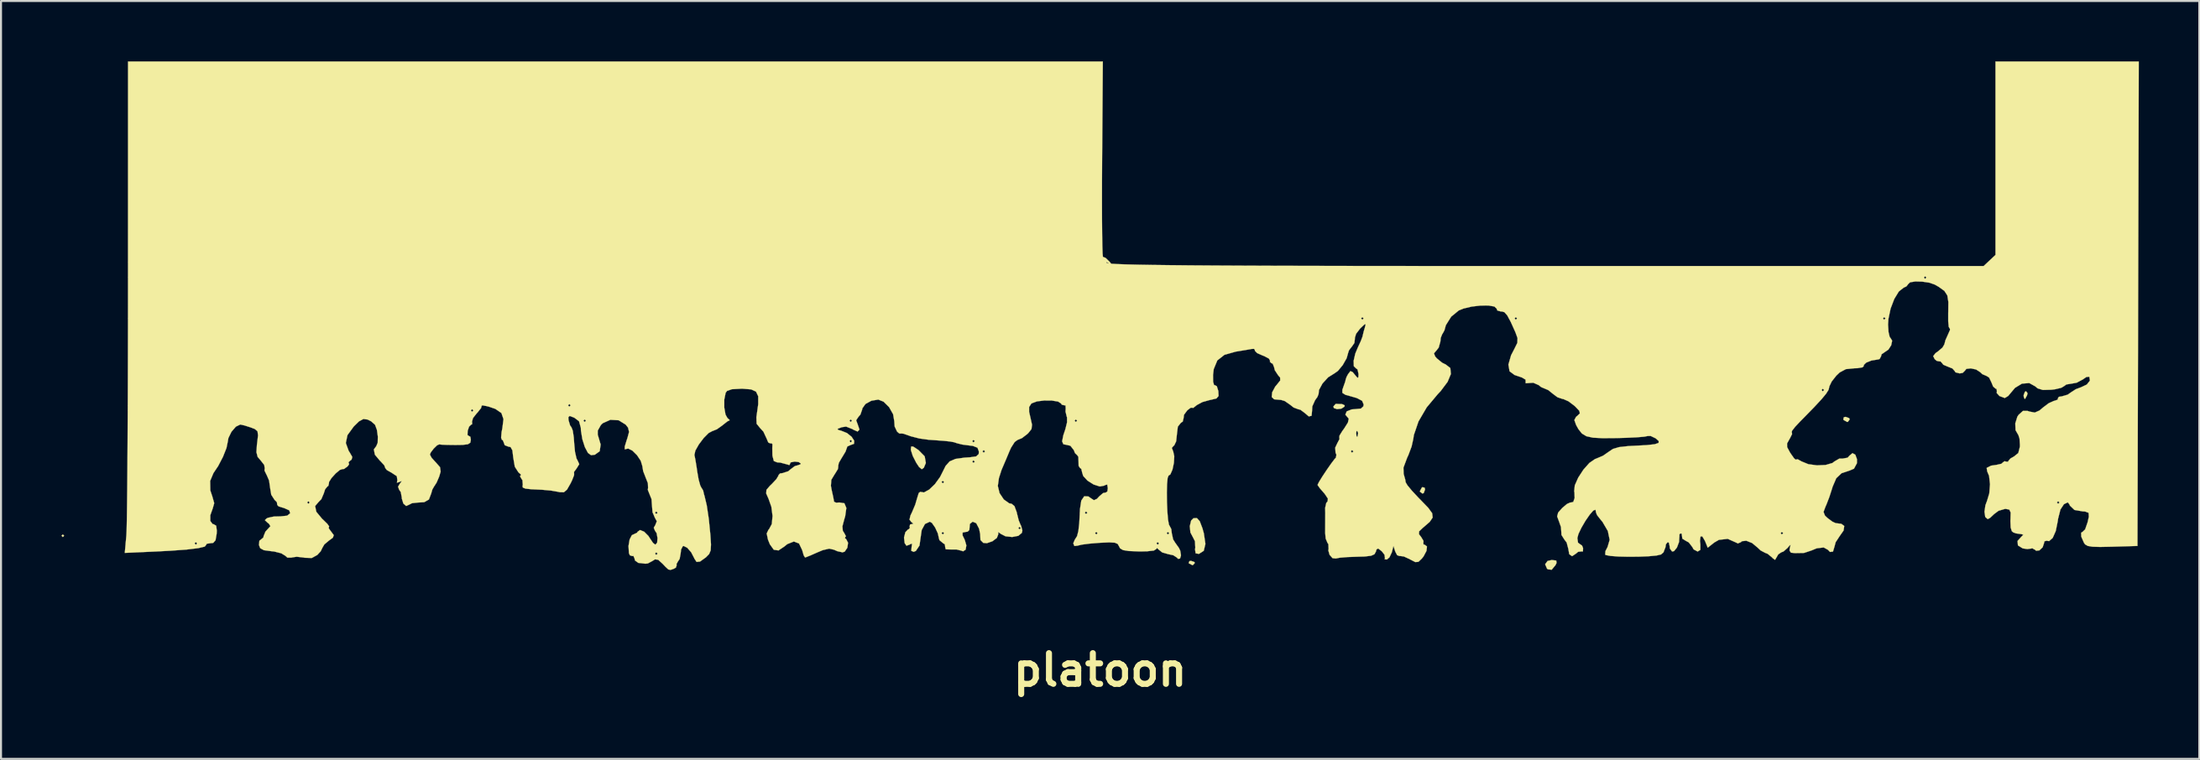
<source format=kicad_pcb>
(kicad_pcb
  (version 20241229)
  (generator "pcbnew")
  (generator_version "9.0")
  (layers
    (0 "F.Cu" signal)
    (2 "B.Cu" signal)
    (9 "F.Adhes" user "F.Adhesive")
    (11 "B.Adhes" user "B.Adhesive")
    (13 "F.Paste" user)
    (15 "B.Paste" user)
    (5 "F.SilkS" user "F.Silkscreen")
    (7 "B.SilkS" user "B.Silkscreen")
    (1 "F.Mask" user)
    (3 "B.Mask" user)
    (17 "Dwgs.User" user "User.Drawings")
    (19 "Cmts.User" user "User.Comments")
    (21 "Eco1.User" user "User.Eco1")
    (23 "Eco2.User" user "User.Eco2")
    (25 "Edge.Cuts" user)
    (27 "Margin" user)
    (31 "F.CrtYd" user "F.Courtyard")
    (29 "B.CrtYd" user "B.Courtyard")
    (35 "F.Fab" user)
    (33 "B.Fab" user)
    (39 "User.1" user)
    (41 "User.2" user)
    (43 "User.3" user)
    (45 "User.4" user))
  (footprint "platoon"
    (layer "F.Cu")
    (at 51.567 30.231)
    (property "Reference" "platoon" (at 0 0 0) (layer "F.SilkS") (effects (font (size 1.524 1.524) (thickness 0.3))))
    (attr through_hole)
    (fp_poly (pts (xy -51.435 -6.668) (xy -51.498 -6.604) (xy -51.562 -6.668) (xy -51.498 -6.731) (xy -51.435 -6.668)) (stroke (width 0.01) (type solid)) (fill yes) (layer "F.SilkS"))
    (fp_poly (pts (xy 4.68 -5.36) (xy 4.699 -5.313) (xy 4.603 -5.209) (xy 4.579 -5.207) (xy 4.405 -5.298) (xy 4.395 -5.313) (xy 4.433 -5.406) (xy 4.514 -5.419) (xy 4.68 -5.36)) (stroke (width 0.01) (type solid)) (fill yes) (layer "F.SilkS"))
    (fp_poly (pts (xy 16.111 -9.052) (xy 16.129 -8.961) (xy 16.063 -8.787) (xy 16.002 -8.763) (xy 15.879 -8.854) (xy 15.875 -8.883) (xy 15.967 -9.055) (xy 16.002 -9.081) (xy 16.111 -9.052)) (stroke (width 0.01) (type solid)) (fill yes) (layer "F.SilkS"))
    (fp_poly (pts (xy 37.187 -12.507) (xy 37.211 -12.446) (xy 37.12 -12.323) (xy 37.091 -12.319) (xy 36.919 -12.411) (xy 36.894 -12.446) (xy 36.922 -12.555) (xy 37.013 -12.573) (xy 37.187 -12.507)) (stroke (width 0.01) (type solid)) (fill yes) (layer "F.SilkS"))
    (fp_poly (pts (xy 46.04 -13.75) (xy 46.02 -13.652) (xy 45.93 -13.485) (xy 45.897 -13.462) (xy 45.853 -13.566) (xy 45.847 -13.652) (xy 45.913 -13.822) (xy 45.97 -13.843) (xy 46.04 -13.75)) (stroke (width 0.01) (type solid)) (fill yes) (layer "F.SilkS"))
    (fp_poly (pts (xy 22.643 -5.435) (xy 22.659 -5.317) (xy 22.606 -5.207) (xy 22.417 -4.978) (xy 22.225 -5) (xy 22.183 -5.038) (xy 22.092 -5.249) (xy 22.211 -5.414) (xy 22.42 -5.461) (xy 22.643 -5.435)) (stroke (width 0.01) (type solid)) (fill yes) (layer "F.SilkS"))
    (fp_poly (pts (xy 11.917 -13.209) (xy 12.009 -13.208) (xy 12.14 -13.146) (xy 12.129 -13.081) (xy 11.975 -12.981) (xy 11.762 -12.958) (xy 11.602 -13.01) (xy 11.581 -13.091) (xy 11.69 -13.214) (xy 11.719 -13.218) (xy 11.917 -13.209)) (stroke (width 0.01) (type solid)) (fill yes) (layer "F.SilkS"))
    (fp_poly (pts (xy -9.285 -11.098) (xy -9.054 -10.948) (xy -9.017 -10.922) (xy -8.71 -10.61) (xy -8.653 -10.282) (xy -8.754 -10.043) (xy -8.857 -9.972) (xy -8.994 -10.088) (xy -9.132 -10.297) (xy -9.304 -10.635) (xy -9.394 -10.919) (xy -9.398 -10.962) (xy -9.379 -11.101) (xy -9.285 -11.098)) (stroke (width 0.01) (type solid)) (fill yes) (layer "F.SilkS"))
    (fp_poly (pts (xy 4.945 -7.388) (xy 5.08 -7.034) (xy 5.15 -6.78) (xy 5.226 -6.262) (xy 5.144 -5.92) (xy 4.908 -5.768) (xy 4.899 -5.767) (xy 4.741 -5.793) (xy 4.712 -5.981) (xy 4.724 -6.083) (xy 4.707 -6.395) (xy 4.61 -6.587) (xy 4.482 -6.828) (xy 4.451 -7.143) (xy 4.517 -7.42) (xy 4.631 -7.537) (xy 4.804 -7.544) (xy 4.945 -7.388)) (stroke (width 0.01) (type solid)) (fill yes) (layer "F.SilkS"))
    (fp_poly (pts (xy 0.098 -25.349) (xy 0.092 -24.266) (xy 0.091 -23.27) (xy 0.093 -22.386) (xy 0.1 -21.642) (xy 0.109 -21.066) (xy 0.122 -20.684) (xy 0.138 -20.523) (xy 0.142 -20.52) (xy 0.27 -20.47) (xy 0.459 -20.287) (xy 0.548 -20.181) (xy 0.577 -20.178) (xy 0.878 -20.161) (xy 1.307 -20.146) (xy 1.874 -20.132) (xy 2.587 -20.12) (xy 3.456 -20.109) (xy 4.49 -20.099) (xy 5.698 -20.091) (xy 7.089 -20.084) (xy 8.672 -20.078) (xy 10.456 -20.074) (xy 12.45 -20.07) (xy 14.663 -20.068) (xy 17.105 -20.066) (xy 19.785 -20.065) (xy 22.162 -20.065) (xy 43.864 -20.067) (xy 44.157 -20.343) (xy 44.45 -20.618) (xy 44.45 -30.226) (xy 51.563 -30.226) (xy 51.531 -18.193) (xy 51.498 -6.16) (xy 50.236 -6.123) (xy 49.648 -6.111) (xy 49.263 -6.122) (xy 49.031 -6.161) (xy 48.901 -6.237) (xy 48.844 -6.313) (xy 48.709 -6.622) (xy 48.704 -6.819) (xy 48.771 -6.858) (xy 48.9 -6.982) (xy 49.024 -7.34) (xy 49.084 -7.61) (xy 49.073 -7.805) (xy 48.895 -7.872) (xy 48.792 -7.876) (xy 48.371 -7.948) (xy 48.144 -8.165) (xy 48.119 -8.228) (xy 48.039 -8.327) (xy 47.868 -8.245) (xy 47.844 -8.228) (xy 47.674 -7.971) (xy 47.557 -7.511) (xy 47.54 -7.388) (xy 47.442 -6.903) (xy 47.291 -6.56) (xy 47.111 -6.4) (xy 46.98 -6.42) (xy 46.877 -6.388) (xy 46.863 -6.31) (xy 46.791 -6.093) (xy 46.63 -5.941) (xy 46.468 -5.921) (xy 46.421 -5.965) (xy 46.273 -6.047) (xy 46.225 -6.031) (xy 46.027 -6.006) (xy 45.802 -6.039) (xy 45.565 -6.187) (xy 45.544 -6.407) (xy 45.729 -6.612) (xy 45.832 -6.713) (xy 45.752 -6.745) (xy 45.469 -6.784) (xy 45.329 -6.836) (xy 45.26 -6.895) (xy 45.204 -7.076) (xy 45.19 -7.401) (xy 45.195 -7.498) (xy 45.203 -7.822) (xy 45.137 -7.966) (xy 44.958 -8.001) (xy 44.924 -8.001) (xy 44.605 -7.909) (xy 44.386 -7.747) (xy 44.185 -7.558) (xy 44.064 -7.493) (xy 43.942 -7.599) (xy 43.903 -7.859) (xy 43.95 -8.185) (xy 44.001 -8.319) (xy 47.498 -8.319) (xy 47.562 -8.255) (xy 47.625 -8.319) (xy 47.562 -8.382) (xy 47.498 -8.319) (xy 44.001 -8.319) (xy 44.026 -8.386) (xy 44.142 -8.771) (xy 44.178 -9.226) (xy 44.132 -9.641) (xy 44.039 -9.863) (xy 44.011 -10.036) (xy 44.229 -10.148) (xy 44.502 -10.188) (xy 44.747 -10.244) (xy 44.831 -10.322) (xy 44.91 -10.372) (xy 44.958 -10.351) (xy 45.076 -10.343) (xy 45.085 -10.376) (xy 45.187 -10.501) (xy 45.371 -10.606) (xy 45.582 -10.776) (xy 45.66 -11.085) (xy 45.663 -11.176) (xy 45.643 -11.491) (xy 45.585 -11.677) (xy 45.575 -11.687) (xy 45.445 -11.914) (xy 45.433 -12.25) (xy 45.536 -12.582) (xy 45.596 -12.672) (xy 45.811 -12.867) (xy 46.048 -12.867) (xy 46.143 -12.835) (xy 46.4 -12.786) (xy 46.635 -12.889) (xy 46.805 -13.034) (xy 47.095 -13.252) (xy 47.352 -13.367) (xy 47.379 -13.37) (xy 47.54 -13.429) (xy 47.545 -13.488) (xy 47.597 -13.569) (xy 47.735 -13.589) (xy 48.036 -13.676) (xy 48.172 -13.773) (xy 48.435 -13.945) (xy 48.699 -14.044) (xy 48.984 -14.179) (xy 49.138 -14.374) (xy 49.11 -14.559) (xy 49.102 -14.567) (xy 48.962 -14.553) (xy 48.791 -14.435) (xy 48.481 -14.269) (xy 48.229 -14.224) (xy 47.968 -14.182) (xy 47.858 -14.101) (xy 47.717 -14.017) (xy 47.409 -13.944) (xy 47.223 -13.92) (xy 46.802 -13.909) (xy 46.541 -13.989) (xy 46.429 -14.085) (xy 46.127 -14.253) (xy 45.764 -14.224) (xy 45.42 -14.015) (xy 45.278 -13.847) (xy 45.08 -13.611) (xy 44.915 -13.511) (xy 44.903 -13.512) (xy 44.647 -13.608) (xy 44.51 -13.761) (xy 44.519 -13.852) (xy 44.502 -13.962) (xy 44.46 -13.97) (xy 44.334 -14.078) (xy 44.248 -14.288) (xy 44.133 -14.526) (xy 44.007 -14.605) (xy 43.797 -14.694) (xy 43.688 -14.796) (xy 43.487 -14.926) (xy 43.224 -14.982) (xy 43.004 -14.956) (xy 42.926 -14.859) (xy 42.82 -14.756) (xy 42.672 -14.732) (xy 42.466 -14.784) (xy 42.418 -14.857) (xy 42.31 -14.977) (xy 42.1 -15.061) (xy 41.863 -15.161) (xy 41.783 -15.261) (xy 41.713 -15.335) (xy 41.688 -15.324) (xy 41.535 -15.355) (xy 41.432 -15.44) (xy 41.357 -15.59) (xy 41.472 -15.738) (xy 41.591 -15.822) (xy 41.819 -16.015) (xy 41.911 -16.175) (xy 41.966 -16.383) (xy 42.096 -16.673) (xy 42.193 -16.895) (xy 42.185 -16.966) (xy 42.176 -16.962) (xy 42.129 -17.044) (xy 42.103 -17.322) (xy 42.103 -17.737) (xy 42.105 -17.775) (xy 42.111 -18.279) (xy 42.059 -18.605) (xy 41.912 -18.831) (xy 41.631 -19.033) (xy 41.435 -19.145) (xy 41.163 -19.239) (xy 40.812 -19.291) (xy 40.467 -19.299) (xy 40.213 -19.258) (xy 40.132 -19.186) (xy 40.028 -19.055) (xy 39.89 -18.99) (xy 39.651 -18.801) (xy 39.425 -18.43) (xy 39.242 -17.95) (xy 39.133 -17.432) (xy 39.116 -17.157) (xy 39.139 -16.788) (xy 39.197 -16.542) (xy 39.24 -16.489) (xy 39.32 -16.356) (xy 39.272 -16.13) (xy 39.132 -15.912) (xy 38.978 -15.808) (xy 38.795 -15.681) (xy 38.769 -15.582) (xy 38.695 -15.445) (xy 38.608 -15.423) (xy 38.29 -15.371) (xy 38.03 -15.266) (xy 37.908 -15.146) (xy 37.915 -15.104) (xy 37.849 -15.033) (xy 37.595 -14.991) (xy 37.44 -14.986) (xy 37.021 -14.943) (xy 36.713 -14.778) (xy 36.544 -14.616) (xy 36.319 -14.33) (xy 36.201 -14.085) (xy 36.195 -14.043) (xy 36.16 -13.911) (xy 36.04 -13.722) (xy 35.812 -13.447) (xy 35.453 -13.06) (xy 34.939 -12.533) (xy 34.761 -12.353) (xy 34.497 -12.071) (xy 34.347 -11.876) (xy 34.336 -11.813) (xy 34.353 -11.722) (xy 34.244 -11.503) (xy 34.233 -11.486) (xy 34.104 -11.255) (xy 34.106 -11.07) (xy 34.244 -10.812) (xy 34.28 -10.756) (xy 34.444 -10.523) (xy 34.535 -10.44) (xy 34.542 -10.453) (xy 34.63 -10.466) (xy 34.826 -10.358) (xy 35.158 -10.222) (xy 35.587 -10.164) (xy 36.019 -10.183) (xy 36.354 -10.281) (xy 36.456 -10.359) (xy 36.695 -10.498) (xy 36.853 -10.498) (xy 37.107 -10.544) (xy 37.203 -10.648) (xy 37.351 -10.77) (xy 37.491 -10.693) (xy 37.573 -10.471) (xy 37.571 -10.271) (xy 37.425 -9.999) (xy 37.211 -9.907) (xy 36.806 -9.772) (xy 36.545 -9.524) (xy 36.362 -9.097) (xy 36.339 -9.017) (xy 36.2 -8.587) (xy 36.052 -8.204) (xy 36.01 -8.112) (xy 35.913 -7.851) (xy 35.983 -7.669) (xy 36.115 -7.544) (xy 36.356 -7.366) (xy 36.513 -7.294) (xy 36.755 -7.264) (xy 36.798 -7.258) (xy 36.942 -7.152) (xy 36.908 -6.926) (xy 36.703 -6.634) (xy 36.703 -6.633) (xy 36.515 -6.346) (xy 36.449 -6.101) (xy 36.383 -5.882) (xy 36.236 -5.861) (xy 36.132 -5.969) (xy 35.922 -6.085) (xy 35.575 -6.043) (xy 35.306 -5.933) (xy 34.943 -5.813) (xy 34.49 -5.805) (xy 34.294 -5.826) (xy 34.223 -5.938) (xy 34.241 -6.064) (xy 34.28 -6.216) (xy 34.216 -6.169) (xy 34.128 -6.064) (xy 33.929 -5.887) (xy 33.813 -5.842) (xy 33.663 -5.739) (xy 33.596 -5.62) (xy 33.507 -5.47) (xy 33.389 -5.552) (xy 33.36 -5.588) (xy 33.136 -5.771) (xy 33.02 -5.816) (xy 32.79 -5.937) (xy 32.632 -6.085) (xy 32.366 -6.306) (xy 32.079 -6.419) (xy 31.858 -6.395) (xy 31.813 -6.349) (xy 31.658 -6.284) (xy 31.58 -6.325) (xy 31.157 -6.513) (xy 30.72 -6.464) (xy 30.492 -6.333) (xy 30.164 -6.074) (xy 30.029 -6.406) (xy 29.896 -6.634) (xy 29.804 -6.629) (xy 29.779 -6.409) (xy 29.798 -6.235) (xy 29.798 -5.967) (xy 29.667 -5.884) (xy 29.661 -5.884) (xy 29.465 -5.989) (xy 29.396 -6.111) (xy 29.223 -6.335) (xy 29.075 -6.416) (xy 28.903 -6.523) (xy 28.893 -6.604) (xy 28.874 -6.76) (xy 28.842 -6.786) (xy 28.76 -6.75) (xy 28.758 -6.636) (xy 28.739 -6.356) (xy 28.635 -6.081) (xy 28.491 -5.903) (xy 28.394 -5.884) (xy 28.284 -6.034) (xy 28.275 -6.141) (xy 28.235 -6.321) (xy 28.18 -6.35) (xy 28.088 -6.244) (xy 28.067 -6.1) (xy 27.965 -5.838) (xy 27.845 -5.737) (xy 27.623 -5.685) (xy 27.235 -5.648) (xy 26.747 -5.628) (xy 26.225 -5.624) (xy 25.733 -5.635) (xy 25.338 -5.664) (xy 25.105 -5.708) (xy 25.073 -5.73) (xy 25.086 -5.906) (xy 25.191 -6.108) (xy 25.295 -6.464) (xy 25.227 -6.795) (xy 33.782 -6.795) (xy 33.846 -6.731) (xy 33.909 -6.795) (xy 33.846 -6.858) (xy 33.782 -6.795) (xy 25.227 -6.795) (xy 25.206 -6.901) (xy 24.939 -7.357) (xy 24.843 -7.471) (xy 24.669 -7.694) (xy 24.615 -7.828) (xy 24.617 -7.831) (xy 24.592 -7.962) (xy 24.483 -7.919) (xy 24.303 -7.712) (xy 24.092 -7.406) (xy 23.893 -7.065) (xy 23.745 -6.754) (xy 23.692 -6.553) (xy 23.723 -6.327) (xy 23.801 -6.264) (xy 23.925 -6.179) (xy 23.976 -6.049) (xy 23.968 -5.889) (xy 23.903 -5.889) (xy 23.731 -5.87) (xy 23.622 -5.779) (xy 23.429 -5.651) (xy 23.289 -5.752) (xy 23.241 -6.024) (xy 23.161 -6.328) (xy 23.045 -6.482) (xy 22.903 -6.707) (xy 22.896 -6.846) (xy 22.877 -7.103) (xy 22.778 -7.384) (xy 22.688 -7.629) (xy 22.738 -7.818) (xy 22.943 -8.049) (xy 23.181 -8.249) (xy 23.351 -8.323) (xy 23.37 -8.317) (xy 23.488 -8.346) (xy 23.556 -8.541) (xy 23.548 -8.819) (xy 23.535 -8.876) (xy 23.564 -9.17) (xy 23.734 -9.553) (xy 23.993 -9.951) (xy 24.289 -10.285) (xy 24.573 -10.48) (xy 24.62 -10.495) (xy 24.968 -10.643) (xy 25.243 -10.835) (xy 25.459 -10.98) (xy 25.763 -11.07) (xy 26.22 -11.121) (xy 26.513 -11.136) (xy 27.137 -11.169) (xy 27.532 -11.213) (xy 27.722 -11.277) (xy 27.732 -11.37) (xy 27.588 -11.5) (xy 27.581 -11.505) (xy 27.333 -11.624) (xy 27.18 -11.621) (xy 27.009 -11.588) (xy 26.64 -11.557) (xy 26.132 -11.533) (xy 25.624 -11.519) (xy 24.943 -11.514) (xy 24.465 -11.539) (xy 24.14 -11.611) (xy 23.918 -11.745) (xy 23.747 -11.959) (xy 23.629 -12.171) (xy 23.542 -12.415) (xy 23.629 -12.576) (xy 23.693 -12.626) (xy 23.815 -12.745) (xy 23.789 -12.872) (xy 23.593 -13.079) (xy 23.545 -13.124) (xy 23.253 -13.344) (xy 22.997 -13.458) (xy 22.957 -13.462) (xy 22.705 -13.547) (xy 22.479 -13.716) (xy 22.248 -13.903) (xy 22.239 -13.906) (xy 35.814 -13.906) (xy 35.877 -13.843) (xy 35.941 -13.906) (xy 35.877 -13.97) (xy 35.814 -13.906) (xy 22.239 -13.906) (xy 22.089 -13.97) (xy 21.893 -14.052) (xy 21.774 -14.149) (xy 21.506 -14.267) (xy 21.318 -14.256) (xy 21.127 -14.242) (xy 21.124 -14.317) (xy 21.12 -14.422) (xy 20.94 -14.529) (xy 20.574 -14.653) (xy 20.326 -14.837) (xy 20.268 -15.169) (xy 20.4 -15.63) (xy 20.567 -15.954) (xy 20.713 -16.249) (xy 20.721 -16.488) (xy 20.615 -16.779) (xy 20.383 -17.294) (xy 20.292 -17.462) (xy 20.574 -17.462) (xy 20.637 -17.399) (xy 20.701 -17.462) (xy 38.862 -17.462) (xy 38.925 -17.399) (xy 38.989 -17.462) (xy 38.925 -17.526) (xy 38.862 -17.462) (xy 20.701 -17.462) (xy 20.637 -17.526) (xy 20.574 -17.462) (xy 20.292 -17.462) (xy 20.212 -17.611) (xy 20.073 -17.77) (xy 19.94 -17.811) (xy 19.899 -17.806) (xy 19.718 -17.858) (xy 19.685 -17.948) (xy 19.573 -18.054) (xy 19.283 -18.104) (xy 18.885 -18.102) (xy 18.447 -18.051) (xy 18.039 -17.954) (xy 17.806 -17.86) (xy 17.429 -17.551) (xy 17.163 -17.127) (xy 17.092 -16.87) (xy 17.004 -16.709) (xy 16.986 -16.69) (xy 16.909 -16.497) (xy 16.891 -16.314) (xy 16.808 -16.015) (xy 16.697 -15.872) (xy 16.573 -15.728) (xy 16.632 -15.575) (xy 16.714 -15.479) (xy 16.978 -15.263) (xy 17.162 -15.171) (xy 17.385 -14.998) (xy 17.412 -14.701) (xy 17.249 -14.311) (xy 16.906 -13.854) (xy 16.762 -13.702) (xy 16.212 -13.044) (xy 15.804 -12.345) (xy 15.575 -11.672) (xy 15.545 -11.47) (xy 15.462 -11.099) (xy 15.3 -10.667) (xy 15.241 -10.542) (xy 15.058 -10.05) (xy 15.067 -9.74) (xy 15.146 -9.459) (xy 15.169 -9.321) (xy 15.257 -9.171) (xy 15.484 -8.897) (xy 15.807 -8.551) (xy 15.909 -8.448) (xy 16.286 -8.058) (xy 16.484 -7.785) (xy 16.508 -7.571) (xy 16.364 -7.358) (xy 16.055 -7.089) (xy 16.027 -7.067) (xy 15.834 -6.883) (xy 15.83 -6.742) (xy 15.932 -6.611) (xy 16.054 -6.411) (xy 16.045 -6.308) (xy 16.058 -6.23) (xy 16.113 -6.223) (xy 16.226 -6.134) (xy 16.201 -5.914) (xy 16.055 -5.638) (xy 15.968 -5.53) (xy 15.802 -5.372) (xy 15.649 -5.358) (xy 15.4 -5.485) (xy 15.365 -5.506) (xy 15.079 -5.637) (xy 14.882 -5.663) (xy 14.868 -5.657) (xy 14.745 -5.702) (xy 14.655 -5.872) (xy 14.56 -6.16) (xy 14.484 -5.851) (xy 14.362 -5.593) (xy 14.235 -5.486) (xy 14.124 -5.499) (xy 14.14 -5.555) (xy 14.117 -5.724) (xy 13.983 -5.894) (xy 13.805 -6.034) (xy 13.723 -5.989) (xy 13.687 -5.872) (xy 13.617 -5.747) (xy 13.45 -5.673) (xy 13.131 -5.636) (xy 12.724 -5.624) (xy 12.26 -5.607) (xy 11.896 -5.576) (xy 11.707 -5.539) (xy 11.703 -5.537) (xy 11.539 -5.553) (xy 11.39 -5.72) (xy 11.328 -5.939) (xy 11.342 -6.015) (xy 11.331 -6.249) (xy 11.285 -6.317) (xy 11.197 -6.527) (xy 11.172 -6.809) (xy 11.177 -7.804) (xy 11.171 -8.053) (xy 11.225 -8.295) (xy 11.293 -8.376) (xy 11.306 -8.513) (xy 11.145 -8.754) (xy 11.109 -8.794) (xy 10.903 -9.032) (xy 10.798 -9.183) (xy 10.795 -9.196) (xy 10.862 -9.334) (xy 11.028 -9.604) (xy 11.246 -9.933) (xy 11.466 -10.249) (xy 11.639 -10.477) (xy 11.702 -10.544) (xy 11.73 -10.692) (xy 11.688 -10.788) (xy 11.683 -10.858) (xy 12.446 -10.858) (xy 12.509 -10.795) (xy 12.573 -10.858) (xy 12.509 -10.922) (xy 12.446 -10.858) (xy 11.683 -10.858) (xy 11.67 -11.043) (xy 11.773 -11.261) (xy 11.884 -11.472) (xy 11.874 -11.557) (xy 11.885 -11.645) (xy 11.955 -11.758) (xy 12.71 -11.758) (xy 12.733 -11.593) (xy 12.777 -11.591) (xy 12.807 -11.761) (xy 12.787 -11.835) (xy 12.73 -11.883) (xy 12.71 -11.758) (xy 11.955 -11.758) (xy 12.022 -11.868) (xy 12.114 -11.994) (xy 12.301 -12.29) (xy 12.342 -12.48) (xy 12.32 -12.509) (xy 12.173 -12.684) (xy 12.242 -12.845) (xy 12.492 -12.944) (xy 12.636 -12.954) (xy 12.946 -12.984) (xy 13.069 -13.098) (xy 13.081 -13.193) (xy 13.005 -13.371) (xy 12.746 -13.507) (xy 12.513 -13.575) (xy 12.171 -13.671) (xy 12.025 -13.767) (xy 12.026 -13.919) (xy 12.077 -14.066) (xy 12.168 -14.325) (xy 12.196 -14.449) (xy 12.241 -14.571) (xy 12.314 -14.703) (xy 12.427 -14.847) (xy 12.539 -14.795) (xy 12.636 -14.676) (xy 12.778 -14.508) (xy 12.823 -14.553) (xy 12.827 -14.708) (xy 12.778 -14.927) (xy 12.7 -14.986) (xy 12.594 -15.09) (xy 12.585 -15.357) (xy 12.667 -15.716) (xy 12.791 -16.014) (xy 12.939 -16.333) (xy 13.026 -16.564) (xy 13.031 -16.59) (xy 13.086 -16.82) (xy 13.141 -17.006) (xy 13.183 -17.171) (xy 13.128 -17.169) (xy 12.939 -16.991) (xy 12.905 -16.957) (xy 12.707 -16.699) (xy 12.643 -16.486) (xy 12.648 -16.462) (xy 12.621 -16.243) (xy 12.517 -16.091) (xy 12.357 -15.884) (xy 12.319 -15.777) (xy 12.238 -15.487) (xy 12.043 -15.144) (xy 11.804 -14.855) (xy 11.639 -14.738) (xy 11.319 -14.537) (xy 11.04 -14.233) (xy 10.865 -13.91) (xy 10.843 -13.704) (xy 10.784 -13.558) (xy 10.67 -13.4) (xy 10.533 -13.094) (xy 10.52 -12.873) (xy 10.496 -12.626) (xy 10.357 -12.595) (xy 10.16 -12.764) (xy 9.944 -12.925) (xy 9.827 -12.954) (xy 9.607 -13.037) (xy 9.43 -13.176) (xy 9.168 -13.358) (xy 8.985 -13.414) (xy 8.721 -13.437) (xy 8.636 -13.446) (xy 8.518 -13.558) (xy 8.541 -13.793) (xy 8.691 -14.074) (xy 8.77 -14.168) (xy 8.94 -14.38) (xy 8.935 -14.525) (xy 8.834 -14.643) (xy 8.672 -14.89) (xy 8.636 -15.04) (xy 8.566 -15.215) (xy 8.502 -15.24) (xy 8.423 -15.316) (xy 8.439 -15.357) (xy 8.381 -15.466) (xy 8.145 -15.592) (xy 8.065 -15.621) (xy 7.793 -15.742) (xy 7.681 -15.856) (xy 7.686 -15.879) (xy 7.645 -15.951) (xy 7.528 -15.947) (xy 7.267 -15.901) (xy 6.88 -15.837) (xy 6.731 -15.813) (xy 6.171 -15.655) (xy 5.817 -15.376) (xy 5.639 -14.944) (xy 5.605 -14.657) (xy 5.609 -14.316) (xy 5.658 -14.15) (xy 5.694 -14.148) (xy 5.793 -14.094) (xy 5.866 -13.861) (xy 5.867 -13.854) (xy 5.879 -13.61) (xy 5.775 -13.487) (xy 5.489 -13.418) (xy 5.446 -13.411) (xy 5.077 -13.308) (xy 4.796 -13.157) (xy 4.772 -13.135) (xy 4.618 -13.015) (xy 4.572 -13.028) (xy 4.494 -13.025) (xy 4.327 -12.898) (xy 4.163 -12.676) (xy 4.143 -12.514) (xy 4.1 -12.338) (xy 4.008 -12.276) (xy 3.857 -12.087) (xy 3.81 -11.699) (xy 3.773 -11.355) (xy 3.678 -11.155) (xy 3.651 -11.139) (xy 3.558 -11.03) (xy 3.628 -10.852) (xy 3.68 -10.616) (xy 3.661 -10.285) (xy 3.591 -9.954) (xy 3.486 -9.715) (xy 3.396 -9.652) (xy 3.35 -9.536) (xy 3.322 -9.233) (xy 3.311 -8.809) (xy 3.317 -8.33) (xy 3.337 -7.861) (xy 3.37 -7.468) (xy 3.416 -7.218) (xy 3.445 -7.165) (xy 3.532 -6.999) (xy 3.556 -6.796) (xy 3.623 -6.487) (xy 3.722 -6.327) (xy 3.912 -6.06) (xy 3.976 -5.926) (xy 4.014 -5.693) (xy 3.966 -5.533) (xy 3.866 -5.52) (xy 3.815 -5.58) (xy 3.631 -5.699) (xy 3.381 -5.753) (xy 3.081 -5.839) (xy 2.918 -5.97) (xy 2.819 -6.064) (xy 2.796 -6.016) (xy 2.67 -5.932) (xy 2.301 -5.891) (xy 1.904 -5.889) (xy 1.422 -5.908) (xy 1.136 -5.955) (xy 0.99 -6.042) (xy 0.94 -6.139) (xy 0.872 -6.259) (xy 0.809 -6.287) (xy 2.794 -6.287) (xy 2.857 -6.223) (xy 2.921 -6.287) (xy 2.857 -6.35) (xy 2.794 -6.287) (xy 0.809 -6.287) (xy 0.728 -6.322) (xy 0.45 -6.338) (xy -0.018 -6.317) (xy -0.061 -6.314) (xy -0.533 -6.275) (xy -0.908 -6.226) (xy -1.112 -6.178) (xy -1.119 -6.174) (xy -1.279 -6.158) (xy -1.334 -6.292) (xy -1.253 -6.483) (xy -1.239 -6.499) (xy -1.146 -6.648) (xy -1.108 -6.795) (xy -0.254 -6.795) (xy -0.191 -6.731) (xy -0.127 -6.795) (xy 3.302 -6.795) (xy 3.365 -6.731) (xy 3.429 -6.795) (xy 3.365 -6.858) (xy 3.302 -6.795) (xy -0.127 -6.795) (xy -0.191 -6.858) (xy -0.254 -6.795) (xy -1.108 -6.795) (xy -1.081 -6.898) (xy -1.036 -7.297) (xy -1.009 -7.811) (xy -0.762 -7.811) (xy -0.699 -7.747) (xy -0.635 -7.811) (xy -0.699 -7.874) (xy -0.762 -7.811) (xy -1.009 -7.811) (xy -1.005 -7.894) (xy -1.001 -7.991) (xy -0.936 -8.413) (xy -0.79 -8.628) (xy -0.58 -8.618) (xy -0.485 -8.549) (xy -0.309 -8.433) (xy -0.158 -8.5) (xy -0.05 -8.618) (xy 0.147 -8.788) (xy 0.277 -8.812) (xy 0.358 -8.865) (xy 0.381 -9.025) (xy 0.352 -9.212) (xy 0.236 -9.181) (xy 0.204 -9.156) (xy -0.019 -9.115) (xy -0.325 -9.214) (xy -0.627 -9.405) (xy -0.84 -9.636) (xy -0.889 -9.792) (xy -0.937 -9.991) (xy -0.999 -10.033) (xy -1.069 -10.14) (xy -1.073 -10.351) (xy -1.081 -10.588) (xy -1.139 -10.668) (xy -1.249 -10.774) (xy -1.307 -10.922) (xy -1.477 -11.137) (xy -1.639 -11.176) (xy -1.825 -11.213) (xy -1.887 -11.356) (xy -1.83 -11.651) (xy -1.727 -11.96) (xy -1.643 -12.299) (xy -1.643 -12.383) (xy -1.27 -12.383) (xy -1.206 -12.319) (xy -1.143 -12.383) (xy -1.206 -12.446) (xy -1.27 -12.383) (xy -1.643 -12.383) (xy -1.644 -12.55) (xy -1.658 -12.584) (xy -1.719 -12.837) (xy -1.71 -12.978) (xy -1.718 -13.141) (xy -1.774 -13.147) (xy -1.905 -13.177) (xy -1.934 -13.232) (xy -2.085 -13.332) (xy -2.396 -13.383) (xy -2.777 -13.386) (xy -3.139 -13.341) (xy -3.392 -13.248) (xy -3.42 -13.226) (xy -3.526 -13.063) (xy -3.526 -12.819) (xy -3.459 -12.528) (xy -3.382 -12.181) (xy -3.409 -11.966) (xy -3.562 -11.773) (xy -3.621 -11.716) (xy -3.882 -11.517) (xy -4.092 -11.43) (xy -4.098 -11.43) (xy -4.244 -11.322) (xy -4.418 -11.051) (xy -4.492 -10.89) (xy -4.677 -10.448) (xy -4.859 -10.022) (xy -4.897 -9.933) (xy -5.026 -9.53) (xy -5.08 -9.143) (xy -5.08 -9.14) (xy -4.994 -8.785) (xy -4.782 -8.468) (xy -4.512 -8.277) (xy -4.396 -8.255) (xy -4.254 -8.14) (xy -4.143 -7.839) (xy -4.13 -7.779) (xy -4.042 -7.429) (xy -3.94 -7.184) (xy -3.923 -7.16) (xy -3.861 -6.93) (xy -3.885 -6.811) (xy -4.06 -6.664) (xy -4.366 -6.605) (xy -4.698 -6.64) (xy -4.937 -6.763) (xy -5.058 -6.854) (xy -5.057 -6.741) (xy -5.127 -6.559) (xy -5.348 -6.393) (xy -5.62 -6.299) (xy -5.799 -6.312) (xy -5.94 -6.453) (xy -5.945 -6.523) (xy -5.954 -6.745) (xy -6.009 -7.017) (xy -6.025 -7.048) (xy -4.064 -7.048) (xy -4 -6.985) (xy -3.937 -7.048) (xy -4 -7.112) (xy -4.064 -7.048) (xy -6.025 -7.048) (xy -6.151 -7.291) (xy -6.329 -7.366) (xy -6.468 -7.253) (xy -6.493 -6.962) (xy -6.492 -6.953) (xy -6.58 -6.869) (xy -6.668 -6.858) (xy -6.828 -6.825) (xy -6.83 -6.688) (xy -6.721 -6.459) (xy -6.642 -6.189) (xy -6.678 -5.975) (xy -6.805 -5.894) (xy -6.889 -5.925) (xy -7.126 -5.985) (xy -7.412 -5.985) (xy -7.664 -5.993) (xy -7.69 -6.086) (xy -7.711 -6.24) (xy -7.802 -6.301) (xy -7.976 -6.446) (xy -8.001 -6.529) (xy -8.058 -6.786) (xy -8.062 -6.795) (xy -7.874 -6.795) (xy -7.811 -6.731) (xy -7.747 -6.795) (xy -7.811 -6.858) (xy -7.874 -6.795) (xy -8.062 -6.795) (xy -8.192 -7.076) (xy -8.349 -7.301) (xy -8.452 -7.365) (xy -8.696 -7.252) (xy -8.858 -6.954) (xy -8.899 -6.674) (xy -8.969 -6.181) (xy -9.149 -5.913) (xy -9.255 -5.868) (xy -9.376 -5.917) (xy -9.361 -6.098) (xy -9.337 -6.276) (xy -9.431 -6.248) (xy -9.457 -6.227) (xy -9.616 -6.171) (xy -9.704 -6.301) (xy -9.737 -6.576) (xy -9.671 -6.839) (xy -9.538 -6.981) (xy -9.509 -6.985) (xy -9.441 -7.063) (xy -9.461 -7.112) (xy -9.439 -7.227) (xy -9.374 -7.241) (xy -9.272 -7.266) (xy -9.372 -7.347) (xy -9.465 -7.467) (xy -9.417 -7.674) (xy -9.345 -7.822) (xy -9.18 -8.212) (xy -9.079 -8.556) (xy -9.006 -8.79) (xy -8.933 -8.848) (xy -8.931 -8.847) (xy -8.745 -8.818) (xy -8.484 -8.962) (xy -8.201 -9.234) (xy -8.128 -9.335) (xy -7.874 -9.335) (xy -7.811 -9.271) (xy -7.747 -9.335) (xy -7.811 -9.398) (xy -7.874 -9.335) (xy -8.128 -9.335) (xy -7.948 -9.585) (xy -7.85 -9.778) (xy -7.67 -10.138) (xy -7.479 -10.351) (xy -6.35 -10.351) (xy -6.287 -10.287) (xy -6.223 -10.351) (xy -6.287 -10.414) (xy -6.35 -10.351) (xy -7.479 -10.351) (xy -7.469 -10.361) (xy -7.182 -10.484) (xy -6.739 -10.546) (xy -6.464 -10.564) (xy -6.154 -10.609) (xy -6.03 -10.724) (xy -6.019 -10.851) (xy -6.022 -10.858) (xy -5.842 -10.858) (xy -5.779 -10.795) (xy -5.715 -10.858) (xy -5.779 -10.922) (xy -5.842 -10.858) (xy -6.022 -10.858) (xy -6.089 -11.04) (xy -6.317 -11.13) (xy -6.477 -11.149) (xy -6.835 -11.196) (xy -7.101 -11.261) (xy -7.112 -11.265) (xy -7.254 -11.313) (xy -7.453 -11.349) (xy -7.618 -11.367) (xy -6.35 -11.367) (xy -6.287 -11.303) (xy -6.223 -11.367) (xy -6.287 -11.43) (xy -6.35 -11.367) (xy -7.618 -11.367) (xy -7.766 -11.382) (xy -8.253 -11.418) (xy -8.509 -11.435) (xy -8.972 -11.499) (xy -9.407 -11.611) (xy -9.493 -11.643) (xy -9.764 -11.737) (xy -9.902 -11.749) (xy -9.906 -11.74) (xy -9.978 -11.752) (xy -10.082 -11.842) (xy -10.201 -12.093) (xy -10.22 -12.362) (xy -10.278 -12.703) (xy -10.477 -13.055) (xy -10.752 -13.327) (xy -11.011 -13.431) (xy -11.356 -13.375) (xy -11.651 -13.212) (xy -11.805 -12.996) (xy -11.811 -12.948) (xy -11.902 -12.685) (xy -11.996 -12.578) (xy -12.113 -12.404) (xy -12.032 -12.187) (xy -11.948 -11.941) (xy -12.041 -11.843) (xy -12.259 -11.939) (xy -12.286 -11.961) (xy -12.612 -12.09) (xy -12.827 -12.058) (xy -13.037 -11.979) (xy -13.003 -11.923) (xy -12.859 -11.886) (xy -12.567 -11.768) (xy -12.339 -11.584) (xy -12.21 -11.388) (xy -12.218 -11.234) (xy -12.383 -11.176) (xy -12.551 -11.101) (xy -12.573 -11.037) (xy -12.641 -10.845) (xy -12.808 -10.568) (xy -12.823 -10.546) (xy -12.972 -10.291) (xy -13.006 -10.13) (xy -12.999 -10.121) (xy -13.018 -9.982) (xy -13.163 -9.745) (xy -13.18 -9.722) (xy -13.346 -9.445) (xy -13.367 -9.148) (xy -13.325 -8.922) (xy -13.252 -8.593) (xy -13.213 -8.379) (xy -13.211 -8.358) (xy -13.104 -8.307) (xy -12.948 -8.32) (xy -12.698 -8.281) (xy -12.6 -8.049) (xy -12.658 -7.634) (xy -12.702 -7.488) (xy -12.795 -7.135) (xy -12.776 -6.915) (xy -12.703 -6.799) (xy -12.619 -6.642) (xy -12.653 -6.602) (xy -12.67 -6.55) (xy -12.61 -6.502) (xy -12.515 -6.32) (xy -12.55 -6.071) (xy -12.681 -5.879) (xy -12.787 -5.842) (xy -13.047 -5.9) (xy -13.215 -5.973) (xy -13.449 -6.027) (xy -13.772 -5.952) (xy -14.025 -5.846) (xy -14.365 -5.696) (xy -14.598 -5.603) (xy -14.651 -5.588) (xy -14.718 -5.697) (xy -14.793 -5.956) (xy -14.948 -6.281) (xy -15.204 -6.382) (xy -15.531 -6.252) (xy -15.677 -6.133) (xy -15.969 -5.938) (xy -16.202 -5.971) (xy -16.397 -6.243) (xy -16.491 -6.477) (xy -16.554 -6.78) (xy -16.465 -6.968) (xy -16.437 -6.993) (xy -16.301 -7.248) (xy -16.263 -7.649) (xy -16.322 -8.105) (xy -16.459 -8.495) (xy -16.579 -8.769) (xy -16.566 -8.949) (xy -16.395 -9.148) (xy -16.3 -9.238) (xy -16.076 -9.477) (xy -15.971 -9.651) (xy -15.97 -9.677) (xy -15.893 -9.761) (xy -15.764 -9.779) (xy -15.483 -9.871) (xy -15.367 -9.97) (xy -15.151 -10.131) (xy -15.034 -10.16) (xy -14.875 -10.216) (xy -14.859 -10.255) (xy -14.967 -10.328) (xy -15.164 -10.351) (xy -15.368 -10.311) (xy -15.398 -10.234) (xy -15.428 -10.178) (xy -15.568 -10.219) (xy -15.882 -10.302) (xy -16.034 -10.312) (xy -16.2 -10.38) (xy -16.267 -10.636) (xy -16.271 -10.708) (xy -16.276 -11.022) (xy -16.268 -11.216) (xy -16.268 -11.217) (xy -16.328 -11.268) (xy -16.366 -11.25) (xy -16.476 -11.302) (xy -16.503 -11.367) (xy -12.446 -11.367) (xy -12.383 -11.303) (xy -12.319 -11.367) (xy -12.383 -11.43) (xy -12.446 -11.367) (xy -16.503 -11.367) (xy -16.569 -11.52) (xy -16.718 -11.84) (xy -16.891 -12.028) (xy -17.055 -12.232) (xy -17.06 -12.383) (xy -12.446 -12.383) (xy -12.383 -12.319) (xy -12.319 -12.383) (xy -12.383 -12.446) (xy -12.446 -12.383) (xy -17.06 -12.383) (xy -17.066 -12.555) (xy -17.059 -12.605) (xy -16.975 -13.203) (xy -16.975 -13.596) (xy -17.084 -13.827) (xy -17.324 -13.937) (xy -17.722 -13.969) (xy -17.845 -13.97) (xy -18.283 -13.946) (xy -18.52 -13.863) (xy -18.592 -13.769) (xy -18.66 -13.43) (xy -18.66 -13.034) (xy -18.599 -12.689) (xy -18.509 -12.524) (xy -18.394 -12.414) (xy -18.393 -12.404) (xy -18.508 -12.345) (xy -18.729 -12.172) (xy -18.754 -12.15) (xy -19.023 -11.958) (xy -19.235 -11.873) (xy -19.241 -11.873) (xy -19.435 -11.771) (xy -19.683 -11.521) (xy -19.923 -11.203) (xy -20.096 -10.897) (xy -20.143 -10.681) (xy -20.142 -10.68) (xy -20.094 -10.439) (xy -20.032 -10.058) (xy -20.001 -9.842) (xy -19.932 -9.45) (xy -19.851 -9.161) (xy -19.811 -9.081) (xy -19.711 -8.919) (xy -19.704 -8.89) (xy -19.667 -8.728) (xy -19.639 -8.636) (xy -19.529 -8.171) (xy -19.429 -7.502) (xy -19.349 -6.697) (xy -19.32 -6.23) (xy -19.336 -5.941) (xy -19.412 -5.757) (xy -19.564 -5.602) (xy -19.578 -5.59) (xy -19.864 -5.385) (xy -20.035 -5.367) (xy -20.145 -5.534) (xy -20.153 -5.556) (xy -20.305 -5.848) (xy -20.503 -6.073) (xy -20.68 -6.16) (xy -20.718 -6.149) (xy -20.804 -5.983) (xy -20.828 -5.779) (xy -20.877 -5.512) (xy -20.957 -5.396) (xy -21.036 -5.252) (xy -21.021 -5.212) (xy -21.062 -5.086) (xy -21.157 -5.03) (xy -21.322 -4.971) (xy -21.434 -4.99) (xy -21.583 -5.128) (xy -21.717 -5.27) (xy -21.94 -5.473) (xy -22.1 -5.495) (xy -22.215 -5.421) (xy -22.453 -5.293) (xy -22.574 -5.278) (xy -22.847 -5.311) (xy -22.924 -5.318) (xy -23.091 -5.436) (xy -23.114 -5.532) (xy -23.171 -5.666) (xy -23.231 -5.657) (xy -23.348 -5.696) (xy -23.381 -5.779) (xy -22.098 -5.779) (xy -22.035 -5.715) (xy -21.971 -5.779) (xy -22.035 -5.842) (xy -22.098 -5.779) (xy -23.381 -5.779) (xy -23.394 -5.809) (xy -23.415 -6.158) (xy -23.359 -6.483) (xy -23.249 -6.695) (xy -23.174 -6.731) (xy -22.991 -6.817) (xy -22.963 -6.865) (xy -22.84 -6.951) (xy -22.637 -6.868) (xy -22.425 -6.655) (xy -22.348 -6.534) (xy -22.193 -6.306) (xy -22.077 -6.223) (xy -21.992 -6.326) (xy -21.975 -6.556) (xy -22.019 -6.797) (xy -22.104 -6.925) (xy -22.161 -7.068) (xy -22.089 -7.187) (xy -22.009 -7.387) (xy -22.108 -7.569) (xy -22.21 -7.811) (xy -22.098 -7.811) (xy -22.035 -7.747) (xy -21.971 -7.811) (xy -22.035 -7.874) (xy -22.098 -7.811) (xy -22.21 -7.811) (xy -22.222 -7.84) (xy -22.248 -8.156) (xy -22.272 -8.488) (xy -22.363 -8.713) (xy -22.456 -8.947) (xy -22.443 -9.054) (xy -22.453 -9.28) (xy -22.552 -9.531) (xy -22.686 -9.876) (xy -22.729 -10.134) (xy -22.807 -10.391) (xy -22.992 -10.669) (xy -23.219 -10.894) (xy -23.425 -10.998) (xy -23.496 -10.985) (xy -23.601 -10.96) (xy -23.602 -11.098) (xy -23.5 -11.431) (xy -23.471 -11.512) (xy -23.387 -11.824) (xy -23.437 -12.037) (xy -23.554 -12.187) (xy -23.904 -12.404) (xy -24.316 -12.427) (xy -24.693 -12.258) (xy -24.786 -12.168) (xy -24.942 -11.89) (xy -24.943 -11.691) (xy -24.798 -11.199) (xy -24.845 -10.865) (xy -25.084 -10.693) (xy -25.274 -10.67) (xy -25.428 -10.782) (xy -25.582 -11.073) (xy -25.707 -11.467) (xy -25.776 -11.891) (xy -25.782 -12.031) (xy -25.871 -12.356) (xy -25.907 -12.383) (xy -25.654 -12.383) (xy -25.59 -12.319) (xy -25.527 -12.383) (xy -25.59 -12.446) (xy -25.654 -12.383) (xy -25.907 -12.383) (xy -26.106 -12.532) (xy -26.333 -12.619) (xy -26.402 -12.556) (xy -26.391 -12.405) (xy -26.315 -12.149) (xy -26.245 -12.05) (xy -26.182 -11.889) (xy -26.132 -11.557) (xy -26.111 -11.256) (xy -26.071 -10.834) (xy -25.997 -10.509) (xy -25.935 -10.39) (xy -25.86 -10.224) (xy -25.989 -10.014) (xy -25.993 -10.009) (xy -26.12 -9.837) (xy -26.116 -9.779) (xy -26.116 -9.679) (xy -26.214 -9.426) (xy -26.29 -9.269) (xy -26.469 -8.957) (xy -26.624 -8.828) (xy -26.829 -8.832) (xy -26.896 -8.847) (xy -27.259 -8.911) (xy -27.693 -8.951) (xy -27.75 -8.954) (xy -28.245 -8.977) (xy -28.533 -9.009) (xy -28.662 -9.062) (xy -28.676 -9.149) (xy -28.662 -9.192) (xy -28.68 -9.427) (xy -28.737 -9.51) (xy -28.805 -9.631) (xy -28.767 -9.652) (xy -28.761 -9.712) (xy -28.879 -9.817) (xy -29.059 -10.096) (xy -29.136 -10.547) (xy -29.179 -10.91) (xy -29.27 -11.073) (xy -29.38 -11.095) (xy -29.56 -11.165) (xy -29.591 -11.254) (xy -29.654 -11.413) (xy -29.7 -11.43) (xy -29.739 -11.54) (xy -29.715 -11.819) (xy -29.678 -12.006) (xy -29.621 -12.46) (xy -29.724 -12.762) (xy -30.023 -12.968) (xy -30.345 -13.079) (xy -30.605 -13.142) (xy -30.707 -13.142) (xy -30.701 -13.133) (xy -30.735 -13.009) (xy -30.907 -12.793) (xy -30.945 -12.755) (xy -31.133 -12.515) (xy -31.185 -12.334) (xy -31.178 -12.318) (xy -31.18 -12.201) (xy -31.22 -12.192) (xy -31.331 -12.084) (xy -31.399 -11.878) (xy -31.408 -11.67) (xy -31.351 -11.632) (xy -31.265 -11.583) (xy -31.242 -11.437) (xy -31.268 -11.292) (xy -31.385 -11.213) (xy -31.65 -11.181) (xy -32.004 -11.176) (xy -32.414 -11.181) (xy -32.707 -11.193) (xy -32.807 -11.208) (xy -32.918 -11.16) (xy -33.088 -10.994) (xy -33.233 -10.803) (xy -33.274 -10.699) (xy -33.19 -10.541) (xy -32.985 -10.314) (xy -32.971 -10.3) (xy -32.771 -10.073) (xy -32.741 -9.855) (xy -32.812 -9.612) (xy -32.938 -9.315) (xy -33.048 -9.14) (xy -33.055 -9.135) (xy -33.153 -8.964) (xy -33.211 -8.763) (xy -33.323 -8.468) (xy -33.554 -8.336) (xy -33.875 -8.316) (xy -34.161 -8.285) (xy -34.308 -8.21) (xy -34.452 -8.145) (xy -34.592 -8.267) (xy -34.669 -8.517) (xy -34.671 -8.572) (xy -34.721 -8.84) (xy -34.804 -8.957) (xy -34.855 -9.106) (xy -34.772 -9.243) (xy -34.672 -9.383) (xy -34.747 -9.362) (xy -34.788 -9.338) (xy -34.913 -9.301) (xy -34.89 -9.433) (xy -34.918 -9.627) (xy -35.177 -9.798) (xy -35.414 -9.932) (xy -35.494 -10.036) (xy -35.492 -10.041) (xy -35.542 -10.169) (xy -35.732 -10.374) (xy -35.755 -10.394) (xy -36.006 -10.694) (xy -36.057 -10.957) (xy -35.939 -11.114) (xy -35.867 -11.283) (xy -35.858 -11.59) (xy -35.905 -11.928) (xy -35.998 -12.181) (xy -36.188 -12.349) (xy -36.367 -12.44) (xy -36.576 -12.467) (xy -36.795 -12.349) (xy -37.052 -12.098) (xy -37.367 -11.666) (xy -37.449 -11.276) (xy -37.307 -10.884) (xy -37.258 -10.809) (xy -37.127 -10.581) (xy -37.163 -10.449) (xy -37.226 -10.402) (xy -37.327 -10.307) (xy -37.301 -10.289) (xy -37.288 -10.213) (xy -37.365 -10.11) (xy -37.537 -9.984) (xy -37.608 -9.981) (xy -37.745 -9.936) (xy -37.953 -9.762) (xy -38.157 -9.537) (xy -38.282 -9.34) (xy -38.288 -9.267) (xy -38.318 -9.141) (xy -38.354 -9.123) (xy -38.475 -8.978) (xy -38.543 -8.769) (xy -38.663 -8.486) (xy -38.796 -8.35) (xy -38.972 -8.143) (xy -38.914 -7.858) (xy -38.627 -7.51) (xy -38.585 -7.473) (xy -38.363 -7.255) (xy -38.274 -7.127) (xy -38.287 -7.112) (xy -38.296 -7.035) (xy -38.179 -6.875) (xy -38.047 -6.698) (xy -38.091 -6.57) (xy -38.286 -6.428) (xy -38.515 -6.236) (xy -38.608 -6.076) (xy -38.696 -5.895) (xy -38.865 -5.712) (xy -39.138 -5.562) (xy -39.489 -5.573) (xy -39.551 -5.586) (xy -39.888 -5.624) (xy -40.131 -5.588) (xy -40.144 -5.581) (xy -40.349 -5.58) (xy -40.447 -5.669) (xy -40.653 -5.795) (xy -41.006 -5.884) (xy -41.152 -5.9) (xy -41.519 -5.95) (xy -41.7 -6.05) (xy -41.76 -6.209) (xy -41.739 -6.421) (xy -41.665 -6.477) (xy -41.542 -6.579) (xy -41.529 -6.652) (xy -41.439 -6.872) (xy -41.327 -6.995) (xy -41.191 -7.143) (xy -41.267 -7.264) (xy -41.331 -7.313) (xy -41.467 -7.441) (xy -41.379 -7.528) (xy -41.31 -7.559) (xy -41.022 -7.621) (xy -40.689 -7.629) (xy -40.361 -7.664) (xy -40.21 -7.783) (xy -40.257 -7.929) (xy -40.52 -8.047) (xy -40.543 -8.051) (xy -40.787 -8.127) (xy -40.858 -8.205) (xy -40.853 -8.212) (xy -40.87 -8.319) (xy -39.37 -8.319) (xy -39.306 -8.255) (xy -39.243 -8.319) (xy -39.306 -8.382) (xy -39.37 -8.319) (xy -40.87 -8.319) (xy -40.873 -8.339) (xy -40.987 -8.451) (xy -41.15 -8.704) (xy -41.207 -9.047) (xy -41.258 -9.409) (xy -41.375 -9.682) (xy -41.381 -9.69) (xy -41.487 -9.908) (xy -41.474 -10.02) (xy -41.5 -10.185) (xy -41.666 -10.396) (xy -41.827 -10.587) (xy -41.886 -10.817) (xy -41.863 -11.179) (xy -41.85 -11.277) (xy -41.807 -11.653) (xy -41.833 -11.856) (xy -41.963 -11.968) (xy -42.173 -12.049) (xy -42.482 -12.147) (xy -42.682 -12.192) (xy -42.691 -12.192) (xy -42.908 -12.086) (xy -43.127 -11.831) (xy -43.278 -11.522) (xy -43.307 -11.352) (xy -43.374 -11.025) (xy -43.548 -10.587) (xy -43.785 -10.132) (xy -44.021 -9.779) (xy -44.184 -9.39) (xy -44.176 -8.919) (xy -44.077 -8.62) (xy -43.982 -8.286) (xy -44.056 -8.025) (xy -44.176 -7.688) (xy -44.177 -7.403) (xy -44.063 -7.248) (xy -44.009 -7.239) (xy -43.885 -7.166) (xy -43.853 -6.917) (xy -43.862 -6.763) (xy -43.917 -6.443) (xy -44.032 -6.312) (xy -44.171 -6.296) (xy -44.359 -6.268) (xy -44.381 -6.214) (xy -44.452 -6.128) (xy -44.776 -6.051) (xy -45.352 -5.981) (xy -46.179 -5.921) (xy -46.849 -5.886) (xy -48.422 -5.815) (xy -48.379 -6.287) (xy -44.958 -6.287) (xy -44.895 -6.223) (xy -44.831 -6.287) (xy -44.895 -6.35) (xy -44.958 -6.287) (xy -48.379 -6.287) (xy -48.343 -6.686) (xy -48.331 -6.942) (xy -48.32 -7.431) (xy -48.31 -8.135) (xy -48.3 -9.034) (xy -48.291 -10.107) (xy -48.283 -11.334) (xy -48.276 -12.696) (xy -48.275 -12.89) (xy -31.242 -12.89) (xy -31.178 -12.827) (xy -31.115 -12.89) (xy -31.178 -12.954) (xy -31.242 -12.89) (xy -48.275 -12.89) (xy -48.274 -13.145) (xy -26.416 -13.145) (xy -26.352 -13.081) (xy -26.289 -13.145) (xy -26.352 -13.208) (xy -26.416 -13.145) (xy -48.274 -13.145) (xy -48.27 -14.173) (xy -48.266 -15.745) (xy -48.263 -17.391) (xy -48.263 -17.462) (xy 12.954 -17.462) (xy 13.018 -17.399) (xy 13.081 -17.462) (xy 13.018 -17.526) (xy 12.954 -17.462) (xy -48.263 -17.462) (xy -48.262 -18.891) (xy -48.262 -19.494) (xy 40.894 -19.494) (xy 40.958 -19.431) (xy 41.021 -19.494) (xy 40.958 -19.558) (xy 40.894 -19.494) (xy -48.262 -19.494) (xy -48.262 -20.273) (xy 0.303 -20.273) (xy 0.325 -20.217) (xy 0.396 -20.197) (xy 0.439 -20.192) (xy 0.303 -20.273) (xy -48.262 -20.273) (xy -48.26 -30.226) (xy 0.133 -30.226) (xy 0.098 -25.349)) (stroke (width 0.01) (type solid)) (fill yes) (layer "F.SilkS")))
  (gr_rect
    (start -3 -3)
    (end 106.135 34.649)
    (stroke (width 0.1) (type default))
    (fill no)
    (layer "Edge.Cuts")))
</source>
